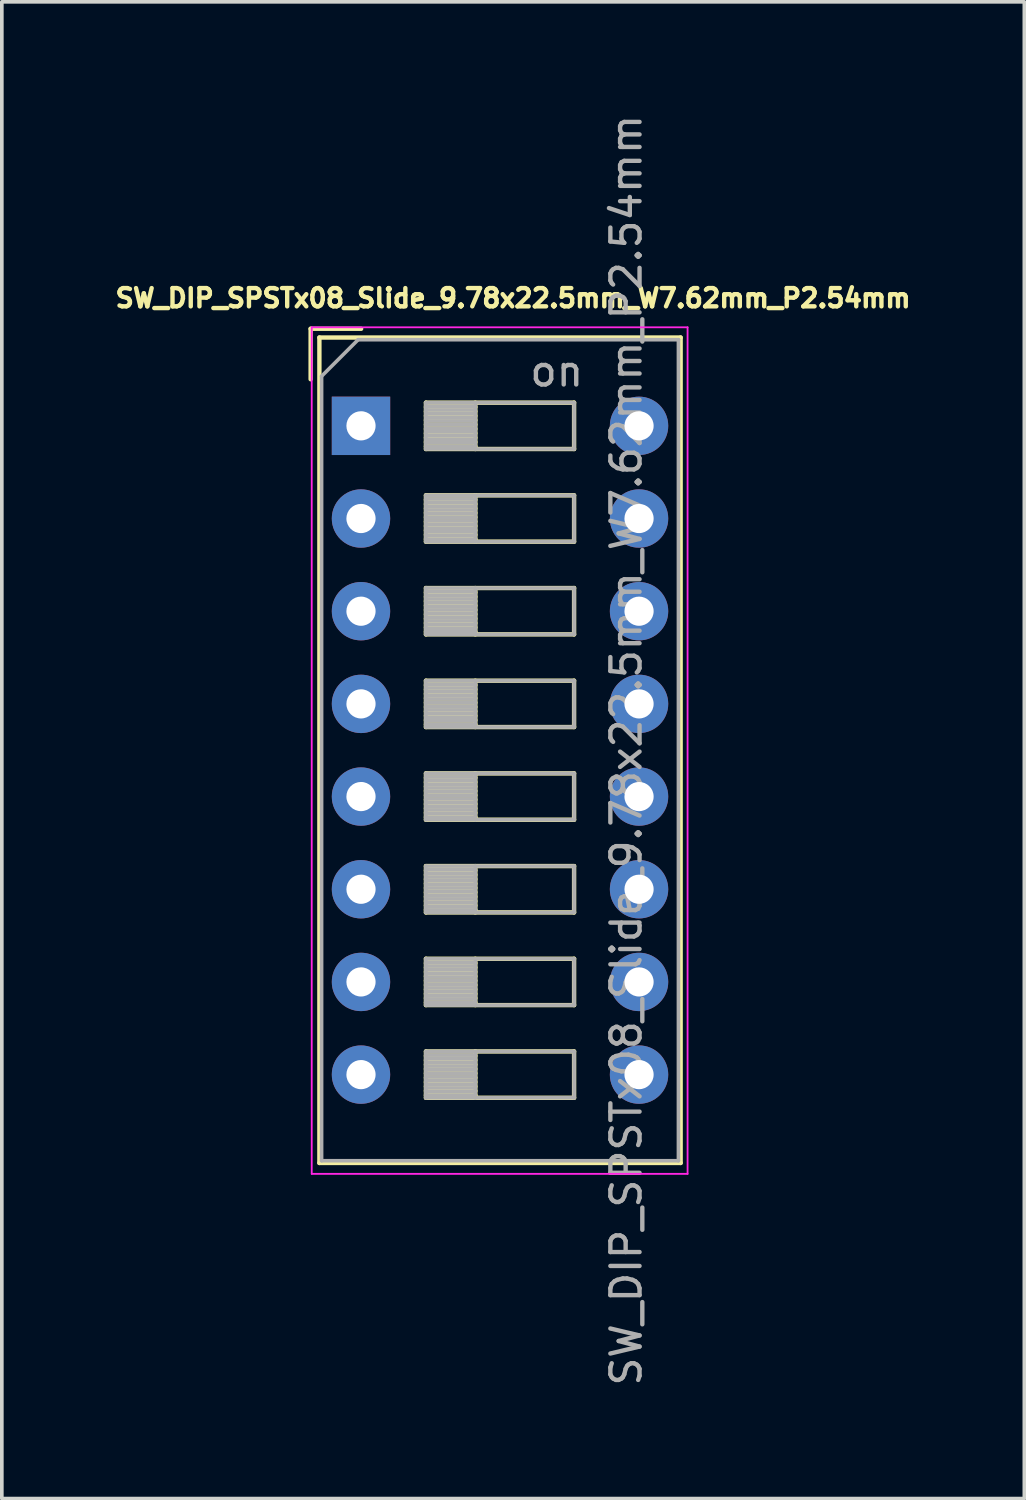
<source format=kicad_pcb>
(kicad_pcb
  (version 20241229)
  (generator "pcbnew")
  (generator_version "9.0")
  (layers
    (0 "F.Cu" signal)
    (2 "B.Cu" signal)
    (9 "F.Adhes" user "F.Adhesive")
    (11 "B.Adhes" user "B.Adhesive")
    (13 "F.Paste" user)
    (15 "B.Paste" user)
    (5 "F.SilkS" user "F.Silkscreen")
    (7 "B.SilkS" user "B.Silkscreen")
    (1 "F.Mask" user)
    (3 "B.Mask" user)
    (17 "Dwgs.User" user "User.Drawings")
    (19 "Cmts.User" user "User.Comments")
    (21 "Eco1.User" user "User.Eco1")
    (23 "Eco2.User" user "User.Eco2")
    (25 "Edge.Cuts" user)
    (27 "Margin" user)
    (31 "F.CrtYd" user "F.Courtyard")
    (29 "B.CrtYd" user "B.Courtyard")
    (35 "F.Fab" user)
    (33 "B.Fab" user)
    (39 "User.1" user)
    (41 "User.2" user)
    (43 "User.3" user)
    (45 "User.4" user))
  (footprint "SW_DIP_SPSTx08_Slide_9.78x22.5mm_W7.62mm_P2.54mm"
    (layer "F.Cu")
    (at 6.843 8.62)
    (property "Reference" "SW_DIP_SPSTx08_Slide_9.78x22.5mm_W7.62mm_P2.54mm" (at 4.168 -3.5 0) (layer "F.SilkS") (effects (font (size 0.5 0.5) (thickness 0.12))))
    (attr through_hole)
    (fp_line (start -1.38 -2.66) (end -1.38 -1.277) (stroke (width 0.12) (type solid)) (layer "F.SilkS"))
    (fp_line (start -1.38 -2.66) (end 0.004 -2.66) (stroke (width 0.12) (type solid)) (layer "F.SilkS"))
    (fp_line (start -1.14 -2.42) (end -1.14 20.201) (stroke (width 0.12) (type solid)) (layer "F.SilkS"))
    (fp_line (start -1.14 -2.42) (end 8.76 -2.42) (stroke (width 0.12) (type solid)) (layer "F.SilkS"))
    (fp_line (start -1.14 20.201) (end 8.76 20.201) (stroke (width 0.12) (type solid)) (layer "F.SilkS"))
    (fp_line (start 1.78 -0.635) (end 1.78 0.635) (stroke (width 0.12) (type solid)) (layer "F.SilkS"))
    (fp_line (start 1.78 -0.515) (end 3.133 -0.515) (stroke (width 0.12) (type solid)) (layer "F.SilkS"))
    (fp_line (start 1.78 -0.395) (end 3.133 -0.395) (stroke (width 0.12) (type solid)) (layer "F.SilkS"))
    (fp_line (start 1.78 -0.275) (end 3.133 -0.275) (stroke (width 0.12) (type solid)) (layer "F.SilkS"))
    (fp_line (start 1.78 -0.155) (end 3.133 -0.155) (stroke (width 0.12) (type solid)) (layer "F.SilkS"))
    (fp_line (start 1.78 -0.035) (end 3.133 -0.035) (stroke (width 0.12) (type solid)) (layer "F.SilkS"))
    (fp_line (start 1.78 0.085) (end 3.133 0.085) (stroke (width 0.12) (type solid)) (layer "F.SilkS"))
    (fp_line (start 1.78 0.205) (end 3.133 0.205) (stroke (width 0.12) (type solid)) (layer "F.SilkS"))
    (fp_line (start 1.78 0.325) (end 3.133 0.325) (stroke (width 0.12) (type solid)) (layer "F.SilkS"))
    (fp_line (start 1.78 0.445) (end 3.133 0.445) (stroke (width 0.12) (type solid)) (layer "F.SilkS"))
    (fp_line (start 1.78 0.565) (end 3.133 0.565) (stroke (width 0.12) (type solid)) (layer "F.SilkS"))
    (fp_line (start 1.78 0.635) (end 5.84 0.635) (stroke (width 0.12) (type solid)) (layer "F.SilkS"))
    (fp_line (start 1.78 1.905) (end 1.78 3.175) (stroke (width 0.12) (type solid)) (layer "F.SilkS"))
    (fp_line (start 1.78 2.025) (end 3.133 2.025) (stroke (width 0.12) (type solid)) (layer "F.SilkS"))
    (fp_line (start 1.78 2.145) (end 3.133 2.145) (stroke (width 0.12) (type solid)) (layer "F.SilkS"))
    (fp_line (start 1.78 2.265) (end 3.133 2.265) (stroke (width 0.12) (type solid)) (layer "F.SilkS"))
    (fp_line (start 1.78 2.385) (end 3.133 2.385) (stroke (width 0.12) (type solid)) (layer "F.SilkS"))
    (fp_line (start 1.78 2.505) (end 3.133 2.505) (stroke (width 0.12) (type solid)) (layer "F.SilkS"))
    (fp_line (start 1.78 2.625) (end 3.133 2.625) (stroke (width 0.12) (type solid)) (layer "F.SilkS"))
    (fp_line (start 1.78 2.745) (end 3.133 2.745) (stroke (width 0.12) (type solid)) (layer "F.SilkS"))
    (fp_line (start 1.78 2.865) (end 3.133 2.865) (stroke (width 0.12) (type solid)) (layer "F.SilkS"))
    (fp_line (start 1.78 2.985) (end 3.133 2.985) (stroke (width 0.12) (type solid)) (layer "F.SilkS"))
    (fp_line (start 1.78 3.105) (end 3.133 3.105) (stroke (width 0.12) (type solid)) (layer "F.SilkS"))
    (fp_line (start 1.78 3.175) (end 5.84 3.175) (stroke (width 0.12) (type solid)) (layer "F.SilkS"))
    (fp_line (start 1.78 4.445) (end 1.78 5.715) (stroke (width 0.12) (type solid)) (layer "F.SilkS"))
    (fp_line (start 1.78 4.565) (end 3.133 4.565) (stroke (width 0.12) (type solid)) (layer "F.SilkS"))
    (fp_line (start 1.78 4.685) (end 3.133 4.685) (stroke (width 0.12) (type solid)) (layer "F.SilkS"))
    (fp_line (start 1.78 4.805) (end 3.133 4.805) (stroke (width 0.12) (type solid)) (layer "F.SilkS"))
    (fp_line (start 1.78 4.925) (end 3.133 4.925) (stroke (width 0.12) (type solid)) (layer "F.SilkS"))
    (fp_line (start 1.78 5.045) (end 3.133 5.045) (stroke (width 0.12) (type solid)) (layer "F.SilkS"))
    (fp_line (start 1.78 5.165) (end 3.133 5.165) (stroke (width 0.12) (type solid)) (layer "F.SilkS"))
    (fp_line (start 1.78 5.285) (end 3.133 5.285) (stroke (width 0.12) (type solid)) (layer "F.SilkS"))
    (fp_line (start 1.78 5.405) (end 3.133 5.405) (stroke (width 0.12) (type solid)) (layer "F.SilkS"))
    (fp_line (start 1.78 5.525) (end 3.133 5.525) (stroke (width 0.12) (type solid)) (layer "F.SilkS"))
    (fp_line (start 1.78 5.645) (end 3.133 5.645) (stroke (width 0.12) (type solid)) (layer "F.SilkS"))
    (fp_line (start 1.78 5.715) (end 5.84 5.715) (stroke (width 0.12) (type solid)) (layer "F.SilkS"))
    (fp_line (start 1.78 6.985) (end 1.78 8.255) (stroke (width 0.12) (type solid)) (layer "F.SilkS"))
    (fp_line (start 1.78 7.105) (end 3.133 7.105) (stroke (width 0.12) (type solid)) (layer "F.SilkS"))
    (fp_line (start 1.78 7.225) (end 3.133 7.225) (stroke (width 0.12) (type solid)) (layer "F.SilkS"))
    (fp_line (start 1.78 7.345) (end 3.133 7.345) (stroke (width 0.12) (type solid)) (layer "F.SilkS"))
    (fp_line (start 1.78 7.465) (end 3.133 7.465) (stroke (width 0.12) (type solid)) (layer "F.SilkS"))
    (fp_line (start 1.78 7.585) (end 3.133 7.585) (stroke (width 0.12) (type solid)) (layer "F.SilkS"))
    (fp_line (start 1.78 7.705) (end 3.133 7.705) (stroke (width 0.12) (type solid)) (layer "F.SilkS"))
    (fp_line (start 1.78 7.825) (end 3.133 7.825) (stroke (width 0.12) (type solid)) (layer "F.SilkS"))
    (fp_line (start 1.78 7.945) (end 3.133 7.945) (stroke (width 0.12) (type solid)) (layer "F.SilkS"))
    (fp_line (start 1.78 8.065) (end 3.133 8.065) (stroke (width 0.12) (type solid)) (layer "F.SilkS"))
    (fp_line (start 1.78 8.185) (end 3.133 8.185) (stroke (width 0.12) (type solid)) (layer "F.SilkS"))
    (fp_line (start 1.78 8.255) (end 5.84 8.255) (stroke (width 0.12) (type solid)) (layer "F.SilkS"))
    (fp_line (start 1.78 9.525) (end 1.78 10.795) (stroke (width 0.12) (type solid)) (layer "F.SilkS"))
    (fp_line (start 1.78 9.645) (end 3.133 9.645) (stroke (width 0.12) (type solid)) (layer "F.SilkS"))
    (fp_line (start 1.78 9.765) (end 3.133 9.765) (stroke (width 0.12) (type solid)) (layer "F.SilkS"))
    (fp_line (start 1.78 9.885) (end 3.133 9.885) (stroke (width 0.12) (type solid)) (layer "F.SilkS"))
    (fp_line (start 1.78 10.005) (end 3.133 10.005) (stroke (width 0.12) (type solid)) (layer "F.SilkS"))
    (fp_line (start 1.78 10.125) (end 3.133 10.125) (stroke (width 0.12) (type solid)) (layer "F.SilkS"))
    (fp_line (start 1.78 10.245) (end 3.133 10.245) (stroke (width 0.12) (type solid)) (layer "F.SilkS"))
    (fp_line (start 1.78 10.365) (end 3.133 10.365) (stroke (width 0.12) (type solid)) (layer "F.SilkS"))
    (fp_line (start 1.78 10.485) (end 3.133 10.485) (stroke (width 0.12) (type solid)) (layer "F.SilkS"))
    (fp_line (start 1.78 10.605) (end 3.133 10.605) (stroke (width 0.12) (type solid)) (layer "F.SilkS"))
    (fp_line (start 1.78 10.725) (end 3.133 10.725) (stroke (width 0.12) (type solid)) (layer "F.SilkS"))
    (fp_line (start 1.78 10.795) (end 5.84 10.795) (stroke (width 0.12) (type solid)) (layer "F.SilkS"))
    (fp_line (start 1.78 12.065) (end 1.78 13.335) (stroke (width 0.12) (type solid)) (layer "F.SilkS"))
    (fp_line (start 1.78 12.185) (end 3.133 12.185) (stroke (width 0.12) (type solid)) (layer "F.SilkS"))
    (fp_line (start 1.78 12.305) (end 3.133 12.305) (stroke (width 0.12) (type solid)) (layer "F.SilkS"))
    (fp_line (start 1.78 12.425) (end 3.133 12.425) (stroke (width 0.12) (type solid)) (layer "F.SilkS"))
    (fp_line (start 1.78 12.545) (end 3.133 12.545) (stroke (width 0.12) (type solid)) (layer "F.SilkS"))
    (fp_line (start 1.78 12.665) (end 3.133 12.665) (stroke (width 0.12) (type solid)) (layer "F.SilkS"))
    (fp_line (start 1.78 12.785) (end 3.133 12.785) (stroke (width 0.12) (type solid)) (layer "F.SilkS"))
    (fp_line (start 1.78 12.905) (end 3.133 12.905) (stroke (width 0.12) (type solid)) (layer "F.SilkS"))
    (fp_line (start 1.78 13.025) (end 3.133 13.025) (stroke (width 0.12) (type solid)) (layer "F.SilkS"))
    (fp_line (start 1.78 13.145) (end 3.133 13.145) (stroke (width 0.12) (type solid)) (layer "F.SilkS"))
    (fp_line (start 1.78 13.265) (end 3.133 13.265) (stroke (width 0.12) (type solid)) (layer "F.SilkS"))
    (fp_line (start 1.78 13.335) (end 5.84 13.335) (stroke (width 0.12) (type solid)) (layer "F.SilkS"))
    (fp_line (start 1.78 14.605) (end 1.78 15.875) (stroke (width 0.12) (type solid)) (layer "F.SilkS"))
    (fp_line (start 1.78 14.725) (end 3.133 14.725) (stroke (width 0.12) (type solid)) (layer "F.SilkS"))
    (fp_line (start 1.78 14.845) (end 3.133 14.845) (stroke (width 0.12) (type solid)) (layer "F.SilkS"))
    (fp_line (start 1.78 14.965) (end 3.133 14.965) (stroke (width 0.12) (type solid)) (layer "F.SilkS"))
    (fp_line (start 1.78 15.085) (end 3.133 15.085) (stroke (width 0.12) (type solid)) (layer "F.SilkS"))
    (fp_line (start 1.78 15.205) (end 3.133 15.205) (stroke (width 0.12) (type solid)) (layer "F.SilkS"))
    (fp_line (start 1.78 15.325) (end 3.133 15.325) (stroke (width 0.12) (type solid)) (layer "F.SilkS"))
    (fp_line (start 1.78 15.445) (end 3.133 15.445) (stroke (width 0.12) (type solid)) (layer "F.SilkS"))
    (fp_line (start 1.78 15.565) (end 3.133 15.565) (stroke (width 0.12) (type solid)) (layer "F.SilkS"))
    (fp_line (start 1.78 15.685) (end 3.133 15.685) (stroke (width 0.12) (type solid)) (layer "F.SilkS"))
    (fp_line (start 1.78 15.805) (end 3.133 15.805) (stroke (width 0.12) (type solid)) (layer "F.SilkS"))
    (fp_line (start 1.78 15.875) (end 5.84 15.875) (stroke (width 0.12) (type solid)) (layer "F.SilkS"))
    (fp_line (start 1.78 17.145) (end 1.78 18.415) (stroke (width 0.12) (type solid)) (layer "F.SilkS"))
    (fp_line (start 1.78 17.265) (end 3.133 17.265) (stroke (width 0.12) (type solid)) (layer "F.SilkS"))
    (fp_line (start 1.78 17.385) (end 3.133 17.385) (stroke (width 0.12) (type solid)) (layer "F.SilkS"))
    (fp_line (start 1.78 17.505) (end 3.133 17.505) (stroke (width 0.12) (type solid)) (layer "F.SilkS"))
    (fp_line (start 1.78 17.625) (end 3.133 17.625) (stroke (width 0.12) (type solid)) (layer "F.SilkS"))
    (fp_line (start 1.78 17.745) (end 3.133 17.745) (stroke (width 0.12) (type solid)) (layer "F.SilkS"))
    (fp_line (start 1.78 17.865) (end 3.133 17.865) (stroke (width 0.12) (type solid)) (layer "F.SilkS"))
    (fp_line (start 1.78 17.985) (end 3.133 17.985) (stroke (width 0.12) (type solid)) (layer "F.SilkS"))
    (fp_line (start 1.78 18.105) (end 3.133 18.105) (stroke (width 0.12) (type solid)) (layer "F.SilkS"))
    (fp_line (start 1.78 18.225) (end 3.133 18.225) (stroke (width 0.12) (type solid)) (layer "F.SilkS"))
    (fp_line (start 1.78 18.345) (end 3.133 18.345) (stroke (width 0.12) (type solid)) (layer "F.SilkS"))
    (fp_line (start 1.78 18.415) (end 5.84 18.415) (stroke (width 0.12) (type solid)) (layer "F.SilkS"))
    (fp_line (start 3.133 -0.635) (end 3.133 0.635) (stroke (width 0.12) (type solid)) (layer "F.SilkS"))
    (fp_line (start 3.133 1.905) (end 3.133 3.175) (stroke (width 0.12) (type solid)) (layer "F.SilkS"))
    (fp_line (start 3.133 4.445) (end 3.133 5.715) (stroke (width 0.12) (type solid)) (layer "F.SilkS"))
    (fp_line (start 3.133 6.985) (end 3.133 8.255) (stroke (width 0.12) (type solid)) (layer "F.SilkS"))
    (fp_line (start 3.133 9.525) (end 3.133 10.795) (stroke (width 0.12) (type solid)) (layer "F.SilkS"))
    (fp_line (start 3.133 12.065) (end 3.133 13.335) (stroke (width 0.12) (type solid)) (layer "F.SilkS"))
    (fp_line (start 3.133 14.605) (end 3.133 15.875) (stroke (width 0.12) (type solid)) (layer "F.SilkS"))
    (fp_line (start 3.133 17.145) (end 3.133 18.415) (stroke (width 0.12) (type solid)) (layer "F.SilkS"))
    (fp_line (start 5.84 -0.635) (end 1.78 -0.635) (stroke (width 0.12) (type solid)) (layer "F.SilkS"))
    (fp_line (start 5.84 0.635) (end 5.84 -0.635) (stroke (width 0.12) (type solid)) (layer "F.SilkS"))
    (fp_line (start 5.84 1.905) (end 1.78 1.905) (stroke (width 0.12) (type solid)) (layer "F.SilkS"))
    (fp_line (start 5.84 3.175) (end 5.84 1.905) (stroke (width 0.12) (type solid)) (layer "F.SilkS"))
    (fp_line (start 5.84 4.445) (end 1.78 4.445) (stroke (width 0.12) (type solid)) (layer "F.SilkS"))
    (fp_line (start 5.84 5.715) (end 5.84 4.445) (stroke (width 0.12) (type solid)) (layer "F.SilkS"))
    (fp_line (start 5.84 6.985) (end 1.78 6.985) (stroke (width 0.12) (type solid)) (layer "F.SilkS"))
    (fp_line (start 5.84 8.255) (end 5.84 6.985) (stroke (width 0.12) (type solid)) (layer "F.SilkS"))
    (fp_line (start 5.84 9.525) (end 1.78 9.525) (stroke (width 0.12) (type solid)) (layer "F.SilkS"))
    (fp_line (start 5.84 10.795) (end 5.84 9.525) (stroke (width 0.12) (type solid)) (layer "F.SilkS"))
    (fp_line (start 5.84 12.065) (end 1.78 12.065) (stroke (width 0.12) (type solid)) (layer "F.SilkS"))
    (fp_line (start 5.84 13.335) (end 5.84 12.065) (stroke (width 0.12) (type solid)) (layer "F.SilkS"))
    (fp_line (start 5.84 14.605) (end 1.78 14.605) (stroke (width 0.12) (type solid)) (layer "F.SilkS"))
    (fp_line (start 5.84 15.875) (end 5.84 14.605) (stroke (width 0.12) (type solid)) (layer "F.SilkS"))
    (fp_line (start 5.84 17.145) (end 1.78 17.145) (stroke (width 0.12) (type solid)) (layer "F.SilkS"))
    (fp_line (start 5.84 18.415) (end 5.84 17.145) (stroke (width 0.12) (type solid)) (layer "F.SilkS"))
    (fp_line (start 8.76 -2.42) (end 8.76 20.201) (stroke (width 0.12) (type solid)) (layer "F.SilkS"))
    (fp_line (start -1.35 -2.7) (end -1.35 20.5) (stroke (width 0.05) (type solid)) (layer "F.CrtYd"))
    (fp_line (start -1.35 20.5) (end 8.95 20.5) (stroke (width 0.05) (type solid)) (layer "F.CrtYd"))
    (fp_line (start 8.95 -2.7) (end -1.35 -2.7) (stroke (width 0.05) (type solid)) (layer "F.CrtYd"))
    (fp_line (start 8.95 20.5) (end 8.95 -2.7) (stroke (width 0.05) (type solid)) (layer "F.CrtYd"))
    (fp_line (start -1.08 -1.36) (end -0.08 -2.36) (stroke (width 0.1) (type solid)) (layer "F.Fab"))
    (fp_line (start -1.08 20.14) (end -1.08 -1.36) (stroke (width 0.1) (type solid)) (layer "F.Fab"))
    (fp_line (start -0.08 -2.36) (end 8.7 -2.36) (stroke (width 0.1) (type solid)) (layer "F.Fab"))
    (fp_line (start 1.78 -0.635) (end 1.78 0.635) (stroke (width 0.1) (type solid)) (layer "F.Fab"))
    (fp_line (start 1.78 -0.535) (end 3.133 -0.535) (stroke (width 0.1) (type solid)) (layer "F.Fab"))
    (fp_line (start 1.78 -0.435) (end 3.133 -0.435) (stroke (width 0.1) (type solid)) (layer "F.Fab"))
    (fp_line (start 1.78 -0.335) (end 3.133 -0.335) (stroke (width 0.1) (type solid)) (layer "F.Fab"))
    (fp_line (start 1.78 -0.235) (end 3.133 -0.235) (stroke (width 0.1) (type solid)) (layer "F.Fab"))
    (fp_line (start 1.78 -0.135) (end 3.133 -0.135) (stroke (width 0.1) (type solid)) (layer "F.Fab"))
    (fp_line (start 1.78 -0.035) (end 3.133 -0.035) (stroke (width 0.1) (type solid)) (layer "F.Fab"))
    (fp_line (start 1.78 0.065) (end 3.133 0.065) (stroke (width 0.1) (type solid)) (layer "F.Fab"))
    (fp_line (start 1.78 0.165) (end 3.133 0.165) (stroke (width 0.1) (type solid)) (layer "F.Fab"))
    (fp_line (start 1.78 0.265) (end 3.133 0.265) (stroke (width 0.1) (type solid)) (layer "F.Fab"))
    (fp_line (start 1.78 0.365) (end 3.133 0.365) (stroke (width 0.1) (type solid)) (layer "F.Fab"))
    (fp_line (start 1.78 0.465) (end 3.133 0.465) (stroke (width 0.1) (type solid)) (layer "F.Fab"))
    (fp_line (start 1.78 0.565) (end 3.133 0.565) (stroke (width 0.1) (type solid)) (layer "F.Fab"))
    (fp_line (start 1.78 0.635) (end 5.84 0.635) (stroke (width 0.1) (type solid)) (layer "F.Fab"))
    (fp_line (start 1.78 1.905) (end 1.78 3.175) (stroke (width 0.1) (type solid)) (layer "F.Fab"))
    (fp_line (start 1.78 2.005) (end 3.133 2.005) (stroke (width 0.1) (type solid)) (layer "F.Fab"))
    (fp_line (start 1.78 2.105) (end 3.133 2.105) (stroke (width 0.1) (type solid)) (layer "F.Fab"))
    (fp_line (start 1.78 2.205) (end 3.133 2.205) (stroke (width 0.1) (type solid)) (layer "F.Fab"))
    (fp_line (start 1.78 2.305) (end 3.133 2.305) (stroke (width 0.1) (type solid)) (layer "F.Fab"))
    (fp_line (start 1.78 2.405) (end 3.133 2.405) (stroke (width 0.1) (type solid)) (layer "F.Fab"))
    (fp_line (start 1.78 2.505) (end 3.133 2.505) (stroke (width 0.1) (type solid)) (layer "F.Fab"))
    (fp_line (start 1.78 2.605) (end 3.133 2.605) (stroke (width 0.1) (type solid)) (layer "F.Fab"))
    (fp_line (start 1.78 2.705) (end 3.133 2.705) (stroke (width 0.1) (type solid)) (layer "F.Fab"))
    (fp_line (start 1.78 2.805) (end 3.133 2.805) (stroke (width 0.1) (type solid)) (layer "F.Fab"))
    (fp_line (start 1.78 2.905) (end 3.133 2.905) (stroke (width 0.1) (type solid)) (layer "F.Fab"))
    (fp_line (start 1.78 3.005) (end 3.133 3.005) (stroke (width 0.1) (type solid)) (layer "F.Fab"))
    (fp_line (start 1.78 3.105) (end 3.133 3.105) (stroke (width 0.1) (type solid)) (layer "F.Fab"))
    (fp_line (start 1.78 3.175) (end 5.84 3.175) (stroke (width 0.1) (type solid)) (layer "F.Fab"))
    (fp_line (start 1.78 4.445) (end 1.78 5.715) (stroke (width 0.1) (type solid)) (layer "F.Fab"))
    (fp_line (start 1.78 4.545) (end 3.133 4.545) (stroke (width 0.1) (type solid)) (layer "F.Fab"))
    (fp_line (start 1.78 4.645) (end 3.133 4.645) (stroke (width 0.1) (type solid)) (layer "F.Fab"))
    (fp_line (start 1.78 4.745) (end 3.133 4.745) (stroke (width 0.1) (type solid)) (layer "F.Fab"))
    (fp_line (start 1.78 4.845) (end 3.133 4.845) (stroke (width 0.1) (type solid)) (layer "F.Fab"))
    (fp_line (start 1.78 4.945) (end 3.133 4.945) (stroke (width 0.1) (type solid)) (layer "F.Fab"))
    (fp_line (start 1.78 5.045) (end 3.133 5.045) (stroke (width 0.1) (type solid)) (layer "F.Fab"))
    (fp_line (start 1.78 5.145) (end 3.133 5.145) (stroke (width 0.1) (type solid)) (layer "F.Fab"))
    (fp_line (start 1.78 5.245) (end 3.133 5.245) (stroke (width 0.1) (type solid)) (layer "F.Fab"))
    (fp_line (start 1.78 5.345) (end 3.133 5.345) (stroke (width 0.1) (type solid)) (layer "F.Fab"))
    (fp_line (start 1.78 5.445) (end 3.133 5.445) (stroke (width 0.1) (type solid)) (layer "F.Fab"))
    (fp_line (start 1.78 5.545) (end 3.133 5.545) (stroke (width 0.1) (type solid)) (layer "F.Fab"))
    (fp_line (start 1.78 5.645) (end 3.133 5.645) (stroke (width 0.1) (type solid)) (layer "F.Fab"))
    (fp_line (start 1.78 5.715) (end 5.84 5.715) (stroke (width 0.1) (type solid)) (layer "F.Fab"))
    (fp_line (start 1.78 6.985) (end 1.78 8.255) (stroke (width 0.1) (type solid)) (layer "F.Fab"))
    (fp_line (start 1.78 7.085) (end 3.133 7.085) (stroke (width 0.1) (type solid)) (layer "F.Fab"))
    (fp_line (start 1.78 7.185) (end 3.133 7.185) (stroke (width 0.1) (type solid)) (layer "F.Fab"))
    (fp_line (start 1.78 7.285) (end 3.133 7.285) (stroke (width 0.1) (type solid)) (layer "F.Fab"))
    (fp_line (start 1.78 7.385) (end 3.133 7.385) (stroke (width 0.1) (type solid)) (layer "F.Fab"))
    (fp_line (start 1.78 7.485) (end 3.133 7.485) (stroke (width 0.1) (type solid)) (layer "F.Fab"))
    (fp_line (start 1.78 7.585) (end 3.133 7.585) (stroke (width 0.1) (type solid)) (layer "F.Fab"))
    (fp_line (start 1.78 7.685) (end 3.133 7.685) (stroke (width 0.1) (type solid)) (layer "F.Fab"))
    (fp_line (start 1.78 7.785) (end 3.133 7.785) (stroke (width 0.1) (type solid)) (layer "F.Fab"))
    (fp_line (start 1.78 7.885) (end 3.133 7.885) (stroke (width 0.1) (type solid)) (layer "F.Fab"))
    (fp_line (start 1.78 7.985) (end 3.133 7.985) (stroke (width 0.1) (type solid)) (layer "F.Fab"))
    (fp_line (start 1.78 8.085) (end 3.133 8.085) (stroke (width 0.1) (type solid)) (layer "F.Fab"))
    (fp_line (start 1.78 8.185) (end 3.133 8.185) (stroke (width 0.1) (type solid)) (layer "F.Fab"))
    (fp_line (start 1.78 8.255) (end 5.84 8.255) (stroke (width 0.1) (type solid)) (layer "F.Fab"))
    (fp_line (start 1.78 9.525) (end 1.78 10.795) (stroke (width 0.1) (type solid)) (layer "F.Fab"))
    (fp_line (start 1.78 9.625) (end 3.133 9.625) (stroke (width 0.1) (type solid)) (layer "F.Fab"))
    (fp_line (start 1.78 9.725) (end 3.133 9.725) (stroke (width 0.1) (type solid)) (layer "F.Fab"))
    (fp_line (start 1.78 9.825) (end 3.133 9.825) (stroke (width 0.1) (type solid)) (layer "F.Fab"))
    (fp_line (start 1.78 9.925) (end 3.133 9.925) (stroke (width 0.1) (type solid)) (layer "F.Fab"))
    (fp_line (start 1.78 10.025) (end 3.133 10.025) (stroke (width 0.1) (type solid)) (layer "F.Fab"))
    (fp_line (start 1.78 10.125) (end 3.133 10.125) (stroke (width 0.1) (type solid)) (layer "F.Fab"))
    (fp_line (start 1.78 10.225) (end 3.133 10.225) (stroke (width 0.1) (type solid)) (layer "F.Fab"))
    (fp_line (start 1.78 10.325) (end 3.133 10.325) (stroke (width 0.1) (type solid)) (layer "F.Fab"))
    (fp_line (start 1.78 10.425) (end 3.133 10.425) (stroke (width 0.1) (type solid)) (layer "F.Fab"))
    (fp_line (start 1.78 10.525) (end 3.133 10.525) (stroke (width 0.1) (type solid)) (layer "F.Fab"))
    (fp_line (start 1.78 10.625) (end 3.133 10.625) (stroke (width 0.1) (type solid)) (layer "F.Fab"))
    (fp_line (start 1.78 10.725) (end 3.133 10.725) (stroke (width 0.1) (type solid)) (layer "F.Fab"))
    (fp_line (start 1.78 10.795) (end 5.84 10.795) (stroke (width 0.1) (type solid)) (layer "F.Fab"))
    (fp_line (start 1.78 12.065) (end 1.78 13.335) (stroke (width 0.1) (type solid)) (layer "F.Fab"))
    (fp_line (start 1.78 12.165) (end 3.133 12.165) (stroke (width 0.1) (type solid)) (layer "F.Fab"))
    (fp_line (start 1.78 12.265) (end 3.133 12.265) (stroke (width 0.1) (type solid)) (layer "F.Fab"))
    (fp_line (start 1.78 12.365) (end 3.133 12.365) (stroke (width 0.1) (type solid)) (layer "F.Fab"))
    (fp_line (start 1.78 12.465) (end 3.133 12.465) (stroke (width 0.1) (type solid)) (layer "F.Fab"))
    (fp_line (start 1.78 12.565) (end 3.133 12.565) (stroke (width 0.1) (type solid)) (layer "F.Fab"))
    (fp_line (start 1.78 12.665) (end 3.133 12.665) (stroke (width 0.1) (type solid)) (layer "F.Fab"))
    (fp_line (start 1.78 12.765) (end 3.133 12.765) (stroke (width 0.1) (type solid)) (layer "F.Fab"))
    (fp_line (start 1.78 12.865) (end 3.133 12.865) (stroke (width 0.1) (type solid)) (layer "F.Fab"))
    (fp_line (start 1.78 12.965) (end 3.133 12.965) (stroke (width 0.1) (type solid)) (layer "F.Fab"))
    (fp_line (start 1.78 13.065) (end 3.133 13.065) (stroke (width 0.1) (type solid)) (layer "F.Fab"))
    (fp_line (start 1.78 13.165) (end 3.133 13.165) (stroke (width 0.1) (type solid)) (layer "F.Fab"))
    (fp_line (start 1.78 13.265) (end 3.133 13.265) (stroke (width 0.1) (type solid)) (layer "F.Fab"))
    (fp_line (start 1.78 13.335) (end 5.84 13.335) (stroke (width 0.1) (type solid)) (layer "F.Fab"))
    (fp_line (start 1.78 14.605) (end 1.78 15.875) (stroke (width 0.1) (type solid)) (layer "F.Fab"))
    (fp_line (start 1.78 14.705) (end 3.133 14.705) (stroke (width 0.1) (type solid)) (layer "F.Fab"))
    (fp_line (start 1.78 14.805) (end 3.133 14.805) (stroke (width 0.1) (type solid)) (layer "F.Fab"))
    (fp_line (start 1.78 14.905) (end 3.133 14.905) (stroke (width 0.1) (type solid)) (layer "F.Fab"))
    (fp_line (start 1.78 15.005) (end 3.133 15.005) (stroke (width 0.1) (type solid)) (layer "F.Fab"))
    (fp_line (start 1.78 15.105) (end 3.133 15.105) (stroke (width 0.1) (type solid)) (layer "F.Fab"))
    (fp_line (start 1.78 15.205) (end 3.133 15.205) (stroke (width 0.1) (type solid)) (layer "F.Fab"))
    (fp_line (start 1.78 15.305) (end 3.133 15.305) (stroke (width 0.1) (type solid)) (layer "F.Fab"))
    (fp_line (start 1.78 15.405) (end 3.133 15.405) (stroke (width 0.1) (type solid)) (layer "F.Fab"))
    (fp_line (start 1.78 15.505) (end 3.133 15.505) (stroke (width 0.1) (type solid)) (layer "F.Fab"))
    (fp_line (start 1.78 15.605) (end 3.133 15.605) (stroke (width 0.1) (type solid)) (layer "F.Fab"))
    (fp_line (start 1.78 15.705) (end 3.133 15.705) (stroke (width 0.1) (type solid)) (layer "F.Fab"))
    (fp_line (start 1.78 15.805) (end 3.133 15.805) (stroke (width 0.1) (type solid)) (layer "F.Fab"))
    (fp_line (start 1.78 15.875) (end 5.84 15.875) (stroke (width 0.1) (type solid)) (layer "F.Fab"))
    (fp_line (start 1.78 17.145) (end 1.78 18.415) (stroke (width 0.1) (type solid)) (layer "F.Fab"))
    (fp_line (start 1.78 17.245) (end 3.133 17.245) (stroke (width 0.1) (type solid)) (layer "F.Fab"))
    (fp_line (start 1.78 17.345) (end 3.133 17.345) (stroke (width 0.1) (type solid)) (layer "F.Fab"))
    (fp_line (start 1.78 17.445) (end 3.133 17.445) (stroke (width 0.1) (type solid)) (layer "F.Fab"))
    (fp_line (start 1.78 17.545) (end 3.133 17.545) (stroke (width 0.1) (type solid)) (layer "F.Fab"))
    (fp_line (start 1.78 17.645) (end 3.133 17.645) (stroke (width 0.1) (type solid)) (layer "F.Fab"))
    (fp_line (start 1.78 17.745) (end 3.133 17.745) (stroke (width 0.1) (type solid)) (layer "F.Fab"))
    (fp_line (start 1.78 17.845) (end 3.133 17.845) (stroke (width 0.1) (type solid)) (layer "F.Fab"))
    (fp_line (start 1.78 17.945) (end 3.133 17.945) (stroke (width 0.1) (type solid)) (layer "F.Fab"))
    (fp_line (start 1.78 18.045) (end 3.133 18.045) (stroke (width 0.1) (type solid)) (layer "F.Fab"))
    (fp_line (start 1.78 18.145) (end 3.133 18.145) (stroke (width 0.1) (type solid)) (layer "F.Fab"))
    (fp_line (start 1.78 18.245) (end 3.133 18.245) (stroke (width 0.1) (type solid)) (layer "F.Fab"))
    (fp_line (start 1.78 18.345) (end 3.133 18.345) (stroke (width 0.1) (type solid)) (layer "F.Fab"))
    (fp_line (start 1.78 18.415) (end 5.84 18.415) (stroke (width 0.1) (type solid)) (layer "F.Fab"))
    (fp_line (start 3.133 -0.635) (end 3.133 0.635) (stroke (width 0.1) (type solid)) (layer "F.Fab"))
    (fp_line (start 3.133 1.905) (end 3.133 3.175) (stroke (width 0.1) (type solid)) (layer "F.Fab"))
    (fp_line (start 3.133 4.445) (end 3.133 5.715) (stroke (width 0.1) (type solid)) (layer "F.Fab"))
    (fp_line (start 3.133 6.985) (end 3.133 8.255) (stroke (width 0.1) (type solid)) (layer "F.Fab"))
    (fp_line (start 3.133 9.525) (end 3.133 10.795) (stroke (width 0.1) (type solid)) (layer "F.Fab"))
    (fp_line (start 3.133 12.065) (end 3.133 13.335) (stroke (width 0.1) (type solid)) (layer "F.Fab"))
    (fp_line (start 3.133 14.605) (end 3.133 15.875) (stroke (width 0.1) (type solid)) (layer "F.Fab"))
    (fp_line (start 3.133 17.145) (end 3.133 18.415) (stroke (width 0.1) (type solid)) (layer "F.Fab"))
    (fp_line (start 5.84 -0.635) (end 1.78 -0.635) (stroke (width 0.1) (type solid)) (layer "F.Fab"))
    (fp_line (start 5.84 0.635) (end 5.84 -0.635) (stroke (width 0.1) (type solid)) (layer "F.Fab"))
    (fp_line (start 5.84 1.905) (end 1.78 1.905) (stroke (width 0.1) (type solid)) (layer "F.Fab"))
    (fp_line (start 5.84 3.175) (end 5.84 1.905) (stroke (width 0.1) (type solid)) (layer "F.Fab"))
    (fp_line (start 5.84 4.445) (end 1.78 4.445) (stroke (width 0.1) (type solid)) (layer "F.Fab"))
    (fp_line (start 5.84 5.715) (end 5.84 4.445) (stroke (width 0.1) (type solid)) (layer "F.Fab"))
    (fp_line (start 5.84 6.985) (end 1.78 6.985) (stroke (width 0.1) (type solid)) (layer "F.Fab"))
    (fp_line (start 5.84 8.255) (end 5.84 6.985) (stroke (width 0.1) (type solid)) (layer "F.Fab"))
    (fp_line (start 5.84 9.525) (end 1.78 9.525) (stroke (width 0.1) (type solid)) (layer "F.Fab"))
    (fp_line (start 5.84 10.795) (end 5.84 9.525) (stroke (width 0.1) (type solid)) (layer "F.Fab"))
    (fp_line (start 5.84 12.065) (end 1.78 12.065) (stroke (width 0.1) (type solid)) (layer "F.Fab"))
    (fp_line (start 5.84 13.335) (end 5.84 12.065) (stroke (width 0.1) (type solid)) (layer "F.Fab"))
    (fp_line (start 5.84 14.605) (end 1.78 14.605) (stroke (width 0.1) (type solid)) (layer "F.Fab"))
    (fp_line (start 5.84 15.875) (end 5.84 14.605) (stroke (width 0.1) (type solid)) (layer "F.Fab"))
    (fp_line (start 5.84 17.145) (end 1.78 17.145) (stroke (width 0.1) (type solid)) (layer "F.Fab"))
    (fp_line (start 5.84 18.415) (end 5.84 17.145) (stroke (width 0.1) (type solid)) (layer "F.Fab"))
    (fp_line (start 8.7 -2.36) (end 8.7 20.14) (stroke (width 0.1) (type solid)) (layer "F.Fab"))
    (fp_line (start 8.7 20.14) (end -1.08 20.14) (stroke (width 0.1) (type solid)) (layer "F.Fab"))
    (fp_text user "${REFERENCE}" (at 7.27 8.89 90) (layer "F.Fab") (effects (font (size 0.8 0.8) (thickness 0.12))))
    (fp_text user "on" (at 5.365 -1.498 0) (layer "F.Fab") (effects (font (size 0.8 0.8) (thickness 0.12))))
    (pad "1" thru_hole rect (at 0 0) (size 1.6 1.6) (drill 0.8) (layers "*.Cu" "*.Mask"))
    (pad "2" thru_hole oval (at 0 2.54) (size 1.6 1.6) (drill 0.8) (layers "*.Cu" "*.Mask"))
    (pad "3" thru_hole oval (at 0 5.08) (size 1.6 1.6) (drill 0.8) (layers "*.Cu" "*.Mask"))
    (pad "4" thru_hole oval (at 0 7.62) (size 1.6 1.6) (drill 0.8) (layers "*.Cu" "*.Mask"))
    (pad "5" thru_hole oval (at 0 10.16) (size 1.6 1.6) (drill 0.8) (layers "*.Cu" "*.Mask"))
    (pad "6" thru_hole oval (at 0 12.7) (size 1.6 1.6) (drill 0.8) (layers "*.Cu" "*.Mask"))
    (pad "7" thru_hole oval (at 0 15.24) (size 1.6 1.6) (drill 0.8) (layers "*.Cu" "*.Mask"))
    (pad "8" thru_hole oval (at 0 17.78) (size 1.6 1.6) (drill 0.8) (layers "*.Cu" "*.Mask"))
    (pad "9" thru_hole oval (at 7.62 17.78) (size 1.6 1.6) (drill 0.8) (layers "*.Cu" "*.Mask"))
    (pad "10" thru_hole oval (at 7.62 15.24) (size 1.6 1.6) (drill 0.8) (layers "*.Cu" "*.Mask"))
    (pad "11" thru_hole oval (at 7.62 12.7) (size 1.6 1.6) (drill 0.8) (layers "*.Cu" "*.Mask"))
    (pad "12" thru_hole oval (at 7.62 10.16) (size 1.6 1.6) (drill 0.8) (layers "*.Cu" "*.Mask"))
    (pad "13" thru_hole oval (at 7.62 7.62) (size 1.6 1.6) (drill 0.8) (layers "*.Cu" "*.Mask"))
    (pad "14" thru_hole oval (at 7.62 5.08) (size 1.6 1.6) (drill 0.8) (layers "*.Cu" "*.Mask"))
    (pad "15" thru_hole oval (at 7.62 2.54) (size 1.6 1.6) (drill 0.8) (layers "*.Cu" "*.Mask"))
    (pad "16" thru_hole oval (at 7.62 0) (size 1.6 1.6) (drill 0.8) (layers "*.Cu" "*.Mask")))
  (gr_rect
    (start -3 -3)
    (end 25.022 38.019)
    (stroke (width 0.1) (type default))
    (fill no)
    (layer "Edge.Cuts")))
</source>
